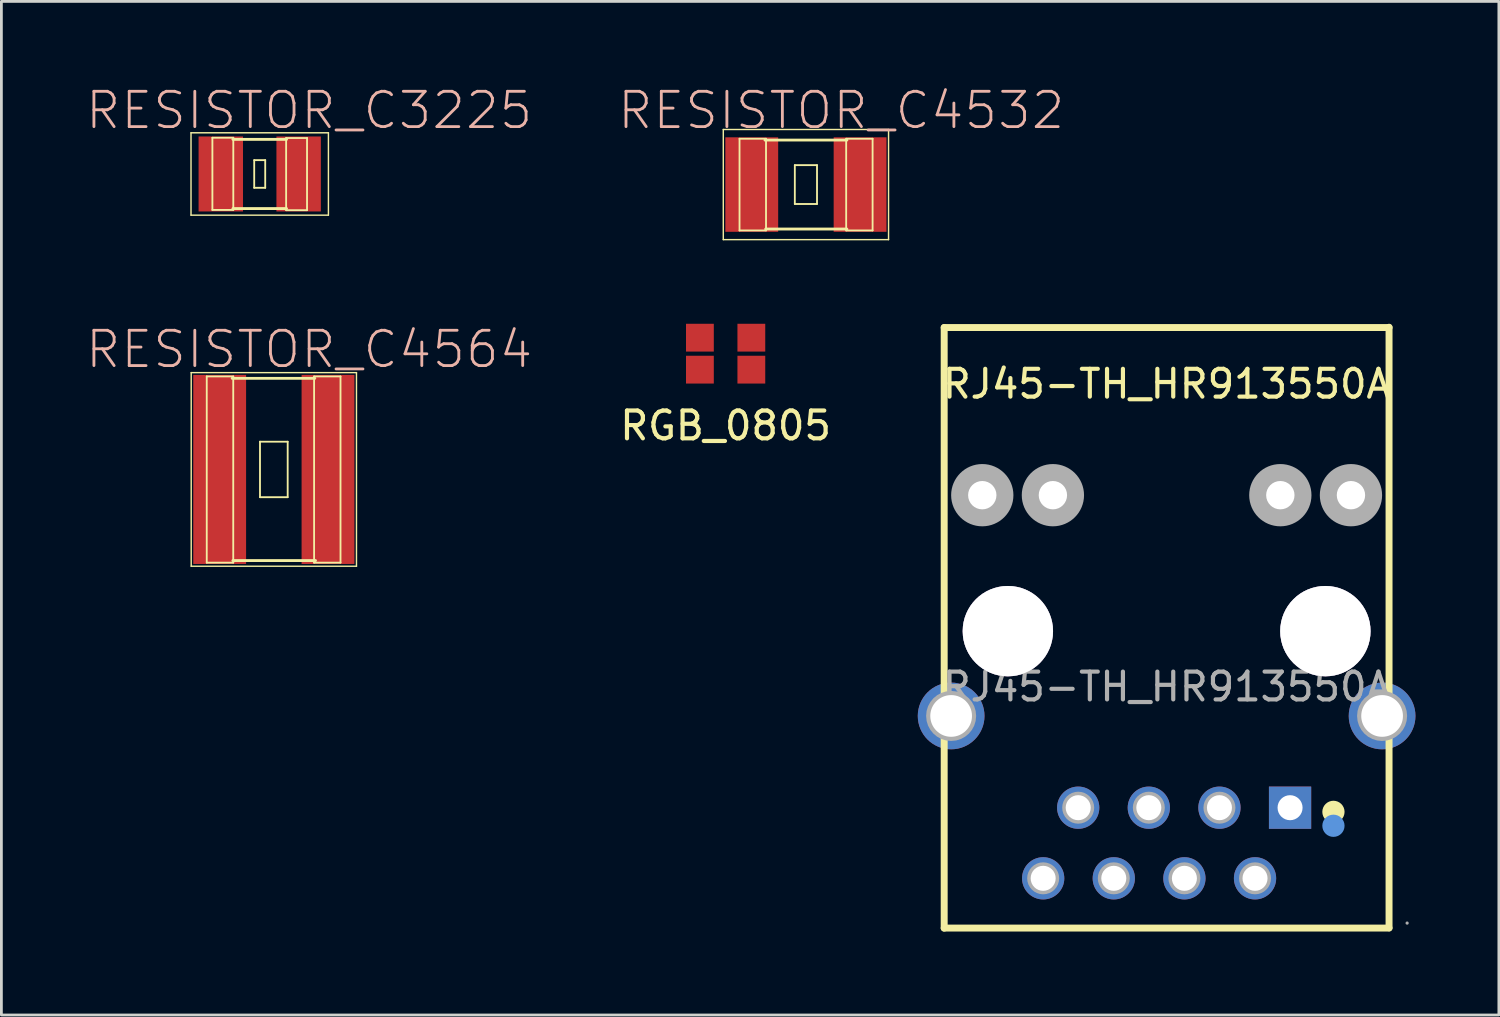
<source format=kicad_pcb>
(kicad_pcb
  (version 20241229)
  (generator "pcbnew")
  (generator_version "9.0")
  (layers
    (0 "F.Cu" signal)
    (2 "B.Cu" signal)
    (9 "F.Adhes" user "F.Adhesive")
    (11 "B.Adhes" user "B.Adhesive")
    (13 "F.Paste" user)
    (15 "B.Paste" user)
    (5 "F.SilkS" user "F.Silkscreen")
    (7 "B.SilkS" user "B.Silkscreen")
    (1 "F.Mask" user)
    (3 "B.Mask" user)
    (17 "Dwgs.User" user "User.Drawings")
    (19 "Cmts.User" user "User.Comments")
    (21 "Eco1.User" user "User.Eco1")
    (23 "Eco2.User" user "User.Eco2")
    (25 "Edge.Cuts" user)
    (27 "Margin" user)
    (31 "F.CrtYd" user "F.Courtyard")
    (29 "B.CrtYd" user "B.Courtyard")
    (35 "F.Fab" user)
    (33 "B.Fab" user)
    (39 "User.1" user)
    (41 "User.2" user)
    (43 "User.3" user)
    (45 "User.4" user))
  (footprint "RESISTOR_C4532"
    (layer "F.Cu")
    (at 25.936 3.588)
    (property "Reference" "RESISTOR_C4532" (at 1.27 -2.667 0) (layer "B.SilkS") (effects (font (size 1.27 1.27) (thickness 0.102))))
    (attr smd)
    (fp_line (start -2.972 -1.981) (end 2.972 -1.981) (stroke (width 0.051) (type solid)) (layer "F.SilkS"))
    (fp_line (start -2.972 1.981) (end -2.972 -1.981) (stroke (width 0.051) (type solid)) (layer "F.SilkS"))
    (fp_line (start -2.388 -1.648) (end -1.435 -1.648) (stroke (width 0.066) (type solid)) (layer "F.SilkS"))
    (fp_line (start -2.388 1.651) (end -2.388 -1.648) (stroke (width 0.066) (type solid)) (layer "F.SilkS"))
    (fp_line (start -2.388 1.651) (end -1.435 1.651) (stroke (width 0.066) (type solid)) (layer "F.SilkS"))
    (fp_line (start -1.473 -1.6) (end 1.473 -1.6) (stroke (width 0.102) (type solid)) (layer "F.SilkS"))
    (fp_line (start -1.448 1.6) (end 1.473 1.6) (stroke (width 0.102) (type solid)) (layer "F.SilkS"))
    (fp_line (start -1.435 1.651) (end -1.435 -1.648) (stroke (width 0.066) (type solid)) (layer "F.SilkS"))
    (fp_line (start -0.399 -0.699) (end 0.399 -0.699) (stroke (width 0.066) (type solid)) (layer "F.SilkS"))
    (fp_line (start -0.399 0.699) (end -0.399 -0.699) (stroke (width 0.066) (type solid)) (layer "F.SilkS"))
    (fp_line (start -0.399 0.699) (end 0.399 0.699) (stroke (width 0.066) (type solid)) (layer "F.SilkS"))
    (fp_line (start 0.399 0.699) (end 0.399 -0.699) (stroke (width 0.066) (type solid)) (layer "F.SilkS"))
    (fp_line (start 1.448 -1.648) (end 2.398 -1.648) (stroke (width 0.066) (type solid)) (layer "F.SilkS"))
    (fp_line (start 1.448 1.651) (end 1.448 -1.648) (stroke (width 0.066) (type solid)) (layer "F.SilkS"))
    (fp_line (start 1.448 1.651) (end 2.398 1.651) (stroke (width 0.066) (type solid)) (layer "F.SilkS"))
    (fp_line (start 2.398 1.651) (end 2.398 -1.648) (stroke (width 0.066) (type solid)) (layer "F.SilkS"))
    (fp_line (start 2.972 -1.981) (end 2.972 1.981) (stroke (width 0.051) (type solid)) (layer "F.SilkS"))
    (fp_line (start 2.972 1.981) (end -2.972 1.981) (stroke (width 0.051) (type solid)) (layer "F.SilkS"))
    (pad "1" smd rect (at -1.948 0) (size 1.9 3.399) (layers "F.Cu" "F.Mask" "F.Paste"))
    (pad "2" smd rect (at 1.948 0) (size 1.9 3.399) (layers "F.Cu" "F.Mask" "F.Paste")))
  (footprint "RJ45-TH_HR913550A"
    (layer "F.Cu")
    (at 38.909 21.65)
    (property "Reference" "RJ45-TH_HR913550A" (at 0 -10.89 0) (layer "F.SilkS") (effects (font (size 1 1) (thickness 0.15))))
    (attr through_hole)
    (fp_line (start -8 -12.92) (end -8 8.68) (stroke (width 0.25) (type solid)) (layer "F.SilkS"))
    (fp_line (start -8 -12.92) (end 8 -12.92) (stroke (width 0.25) (type solid)) (layer "F.SilkS"))
    (fp_line (start -8 8.68) (end 8 8.68) (stroke (width 0.25) (type solid)) (layer "F.SilkS"))
    (fp_line (start 8 -12.93) (end 8 8.67) (stroke (width 0.25) (type solid)) (layer "F.SilkS"))
    (fp_circle (center 6 4.5) (end 6.2 4.5) (stroke (width 0.4) (type solid)) (fill no) (layer "F.SilkS"))
    (fp_circle (center -5.71 -2) (end -4.96 -2) (stroke (width 1.5) (type solid)) (fill no) (layer "Cmts.User"))
    (fp_circle (center 5.71 -2) (end 6.46 -2) (stroke (width 1.5) (type solid)) (fill no) (layer "Cmts.User"))
    (fp_circle (center 6 5) (end 6.2 5) (stroke (width 0.4) (type solid)) (fill no) (layer "Cmts.User"))
    (fp_circle (center -7.75 1.05) (end -7.3 1.05) (stroke (width 0.9) (type solid)) (fill no) (layer "F.Fab"))
    (fp_circle (center -6.63 -6.89) (end -6.26 -6.89) (stroke (width 0.75) (type solid)) (fill no) (layer "F.Fab"))
    (fp_circle (center -5.71 -2) (end -4.9 -2) (stroke (width 1.62) (type solid)) (fill no) (layer "F.Fab"))
    (fp_circle (center -4.44 6.89) (end -4.15 6.89) (stroke (width 0.57) (type solid)) (fill no) (layer "F.Fab"))
    (fp_circle (center -4.09 -6.89) (end -3.72 -6.89) (stroke (width 0.75) (type solid)) (fill no) (layer "F.Fab"))
    (fp_circle (center -3.18 4.35) (end -2.89 4.35) (stroke (width 0.57) (type solid)) (fill no) (layer "F.Fab"))
    (fp_circle (center -1.9 6.89) (end -1.61 6.89) (stroke (width 0.57) (type solid)) (fill no) (layer "F.Fab"))
    (fp_circle (center -0.64 4.35) (end -0.35 4.35) (stroke (width 0.57) (type solid)) (fill no) (layer "F.Fab"))
    (fp_circle (center 0.64 6.89) (end 0.93 6.89) (stroke (width 0.57) (type solid)) (fill no) (layer "F.Fab"))
    (fp_circle (center 1.9 4.35) (end 2.19 4.35) (stroke (width 0.57) (type solid)) (fill no) (layer "F.Fab"))
    (fp_circle (center 3.18 6.89) (end 3.47 6.89) (stroke (width 0.57) (type solid)) (fill no) (layer "F.Fab"))
    (fp_circle (center 4.09 -6.89) (end 4.46 -6.89) (stroke (width 0.75) (type solid)) (fill no) (layer "F.Fab"))
    (fp_circle (center 5.71 -2) (end 6.52 -2) (stroke (width 1.62) (type solid)) (fill no) (layer "F.Fab"))
    (fp_circle (center 6.63 -6.89) (end 7 -6.89) (stroke (width 0.75) (type solid)) (fill no) (layer "F.Fab"))
    (fp_circle (center 7.75 1.05) (end 8.2 1.05) (stroke (width 0.9) (type solid)) (fill no) (layer "F.Fab"))
    (fp_circle (center 8.65 8.5) (end 8.68 8.5) (stroke (width 0.06) (type solid)) (fill no) (layer "F.Fab"))
    (fp_text user "${REFERENCE}" (at 0 0 0) (layer "F.Fab") (effects (font (size 1 1) (thickness 0.15))))
    (pad "" thru_hole circle (at -5.71 -2) (size 3.25 3.25) (drill 3.25) (layers "*.Cu" "*.Mask"))
    (pad "" thru_hole circle (at 5.71 -2) (size 3.25 3.25) (drill 3.25) (layers "*.Cu" "*.Mask"))
    (pad "13" thru_hole circle (at -7.75 1.05 90) (size 2.4 2.4) (drill 1.5) (layers "*.Cu" "*.Paste" "*.Mask"))
    (pad "13" thru_hole circle (at 7.75 1.05 90) (size 2.4 2.4) (drill 1.5) (layers "*.Cu" "*.Paste" "*.Mask"))
    (pad "L1" thru_hole circle (at -6.63 -6.89 90) (size 2 2) (drill 1.02) (layers "*.Cu" "*.Paste" "*.Mask"))
    (pad "L2" thru_hole circle (at -4.09 -6.89 90) (size 2 2) (drill 1.02) (layers "*.Cu" "*.Paste" "*.Mask"))
    (pad "L3" thru_hole circle (at 4.09 -6.89 90) (size 2 2) (drill 1.02) (layers "*.Cu" "*.Paste" "*.Mask"))
    (pad "L4" thru_hole circle (at 6.63 -6.89 90) (size 2 2) (drill 1.02) (layers "*.Cu" "*.Paste" "*.Mask"))
    (pad "R1" thru_hole rect (at 4.44 4.35 90) (size 1.52 1.52) (drill 0.9) (layers "*.Cu" "*.Paste" "*.Mask"))
    (pad "R2" thru_hole circle (at 3.18 6.89 90) (size 1.52 1.52) (drill 0.9) (layers "*.Cu" "*.Paste" "*.Mask"))
    (pad "R3" thru_hole circle (at 1.9 4.35 90) (size 1.52 1.52) (drill 0.9) (layers "*.Cu" "*.Paste" "*.Mask"))
    (pad "R4" thru_hole circle (at 0.64 6.89 90) (size 1.52 1.52) (drill 0.9) (layers "*.Cu" "*.Paste" "*.Mask"))
    (pad "R5" thru_hole circle (at -0.64 4.35 180) (size 1.52 1.52) (drill 0.9) (layers "*.Cu" "*.Paste" "*.Mask"))
    (pad "R6" thru_hole circle (at -1.9 6.89 90) (size 1.52 1.52) (drill 0.9) (layers "*.Cu" "*.Paste" "*.Mask"))
    (pad "R7" thru_hole circle (at -3.18 4.35 90) (size 1.52 1.52) (drill 0.9) (layers "*.Cu" "*.Paste" "*.Mask"))
    (pad "R8" thru_hole circle (at -4.44 6.89 90) (size 1.52 1.52) (drill 0.9) (layers "*.Cu" "*.Paste" "*.Mask")))
  (footprint "RGB_0805"
    (layer "F.Cu")
    (at 23.048 9.72)
    (property "Reference" "RGB_0805" (at 0 2.54 0) (layer "F.SilkS") (effects (font (size 1 1) (thickness 0.15))))
    (attr through_hole)
    (pad "1" smd rect (at 0.925 -0.625) (size 1 1) (layers "F.Cu" "F.Mask" "F.Paste"))
    (pad "2" smd rect (at -0.925 -0.625) (size 1 1) (layers "F.Cu" "F.Mask" "F.Paste"))
    (pad "3" smd rect (at -0.925 0.525) (size 1 1) (layers "F.Cu" "F.Mask" "F.Paste"))
    (pad "4" smd rect (at 0.925 0.525) (size 1 1) (layers "F.Cu" "F.Mask" "F.Paste")))
  (footprint "RESISTOR_C4564"
    (layer "F.Cu")
    (at 6.799 13.834)
    (property "Reference" "RESISTOR_C4564" (at 1.27 -4.318 0) (layer "B.SilkS") (effects (font (size 1.27 1.27) (thickness 0.102))))
    (attr smd)
    (fp_line (start -2.972 -3.482) (end 2.972 -3.482) (stroke (width 0.051) (type solid)) (layer "F.SilkS"))
    (fp_line (start -2.972 3.482) (end -2.972 -3.482) (stroke (width 0.051) (type solid)) (layer "F.SilkS"))
    (fp_line (start -2.413 -3.345) (end -1.46 -3.345) (stroke (width 0.066) (type solid)) (layer "F.SilkS"))
    (fp_line (start -2.413 3.353) (end -2.413 -3.345) (stroke (width 0.066) (type solid)) (layer "F.SilkS"))
    (fp_line (start -2.413 3.353) (end -1.46 3.353) (stroke (width 0.066) (type solid)) (layer "F.SilkS"))
    (fp_line (start -1.499 -3.277) (end 1.473 -3.277) (stroke (width 0.102) (type solid)) (layer "F.SilkS"))
    (fp_line (start -1.473 3.277) (end 1.499 3.277) (stroke (width 0.102) (type solid)) (layer "F.SilkS"))
    (fp_line (start -1.46 3.353) (end -1.46 -3.345) (stroke (width 0.066) (type solid)) (layer "F.SilkS"))
    (fp_line (start -0.498 -0.998) (end 0.498 -0.998) (stroke (width 0.066) (type solid)) (layer "F.SilkS"))
    (fp_line (start -0.498 0.998) (end -0.498 -0.998) (stroke (width 0.066) (type solid)) (layer "F.SilkS"))
    (fp_line (start -0.498 0.998) (end 0.498 0.998) (stroke (width 0.066) (type solid)) (layer "F.SilkS"))
    (fp_line (start 0.498 0.998) (end 0.498 -0.998) (stroke (width 0.066) (type solid)) (layer "F.SilkS"))
    (fp_line (start 1.448 -3.345) (end 2.398 -3.345) (stroke (width 0.066) (type solid)) (layer "F.SilkS"))
    (fp_line (start 1.448 3.353) (end 1.448 -3.345) (stroke (width 0.066) (type solid)) (layer "F.SilkS"))
    (fp_line (start 1.448 3.353) (end 2.398 3.353) (stroke (width 0.066) (type solid)) (layer "F.SilkS"))
    (fp_line (start 2.398 3.353) (end 2.398 -3.345) (stroke (width 0.066) (type solid)) (layer "F.SilkS"))
    (fp_line (start 2.972 -3.482) (end 2.972 3.482) (stroke (width 0.051) (type solid)) (layer "F.SilkS"))
    (fp_line (start 2.972 3.482) (end -2.972 3.482) (stroke (width 0.051) (type solid)) (layer "F.SilkS"))
    (pad "1" smd rect (at -1.948 0) (size 1.9 6.8) (layers "F.Cu" "F.Mask" "F.Paste"))
    (pad "2" smd rect (at 1.948 0) (size 1.9 6.8) (layers "F.Cu" "F.Mask" "F.Paste")))
  (footprint "RESISTOR_C3225"
    (layer "F.Cu")
    (at 6.291 3.207)
    (property "Reference" "RESISTOR_C3225" (at 1.778 -2.286 0) (layer "B.SilkS") (effects (font (size 1.27 1.27) (thickness 0.102))))
    (attr smd)
    (fp_line (start -2.471 -1.481) (end 2.471 -1.481) (stroke (width 0.051) (type solid)) (layer "F.SilkS"))
    (fp_line (start -2.471 1.481) (end -2.471 -1.481) (stroke (width 0.051) (type solid)) (layer "F.SilkS"))
    (fp_line (start -1.702 -1.303) (end -0.95 -1.303) (stroke (width 0.066) (type solid)) (layer "F.SilkS"))
    (fp_line (start -1.702 1.293) (end -1.702 -1.303) (stroke (width 0.066) (type solid)) (layer "F.SilkS"))
    (fp_line (start -1.702 1.293) (end -0.95 1.293) (stroke (width 0.066) (type solid)) (layer "F.SilkS"))
    (fp_line (start -0.965 -1.245) (end 0.965 -1.245) (stroke (width 0.102) (type solid)) (layer "F.SilkS"))
    (fp_line (start -0.965 1.245) (end 0.965 1.245) (stroke (width 0.102) (type solid)) (layer "F.SilkS"))
    (fp_line (start -0.95 1.293) (end -0.95 -1.303) (stroke (width 0.066) (type solid)) (layer "F.SilkS"))
    (fp_line (start -0.198 -0.498) (end 0.198 -0.498) (stroke (width 0.066) (type solid)) (layer "F.SilkS"))
    (fp_line (start -0.198 0.498) (end -0.198 -0.498) (stroke (width 0.066) (type solid)) (layer "F.SilkS"))
    (fp_line (start -0.198 0.498) (end 0.198 0.498) (stroke (width 0.066) (type solid)) (layer "F.SilkS"))
    (fp_line (start 0.198 0.498) (end 0.198 -0.498) (stroke (width 0.066) (type solid)) (layer "F.SilkS"))
    (fp_line (start 0.95 -1.293) (end 1.702 -1.293) (stroke (width 0.066) (type solid)) (layer "F.SilkS"))
    (fp_line (start 0.95 1.303) (end 0.95 -1.293) (stroke (width 0.066) (type solid)) (layer "F.SilkS"))
    (fp_line (start 0.95 1.303) (end 1.702 1.303) (stroke (width 0.066) (type solid)) (layer "F.SilkS"))
    (fp_line (start 1.702 1.303) (end 1.702 -1.293) (stroke (width 0.066) (type solid)) (layer "F.SilkS"))
    (fp_line (start 2.471 -1.481) (end 2.471 1.481) (stroke (width 0.051) (type solid)) (layer "F.SilkS"))
    (fp_line (start 2.471 1.481) (end -2.471 1.481) (stroke (width 0.051) (type solid)) (layer "F.SilkS"))
    (pad "1" smd rect (at -1.4 0) (size 1.598 2.697) (layers "F.Cu" "F.Mask" "F.Paste"))
    (pad "2" smd rect (at 1.4 0) (size 1.598 2.697) (layers "F.Cu" "F.Mask" "F.Paste")))
  (gr_rect
    (start -3 -3)
    (end 50.859 33.455)
    (stroke (width 0.1) (type default))
    (fill no)
    (layer "Edge.Cuts")))
</source>
